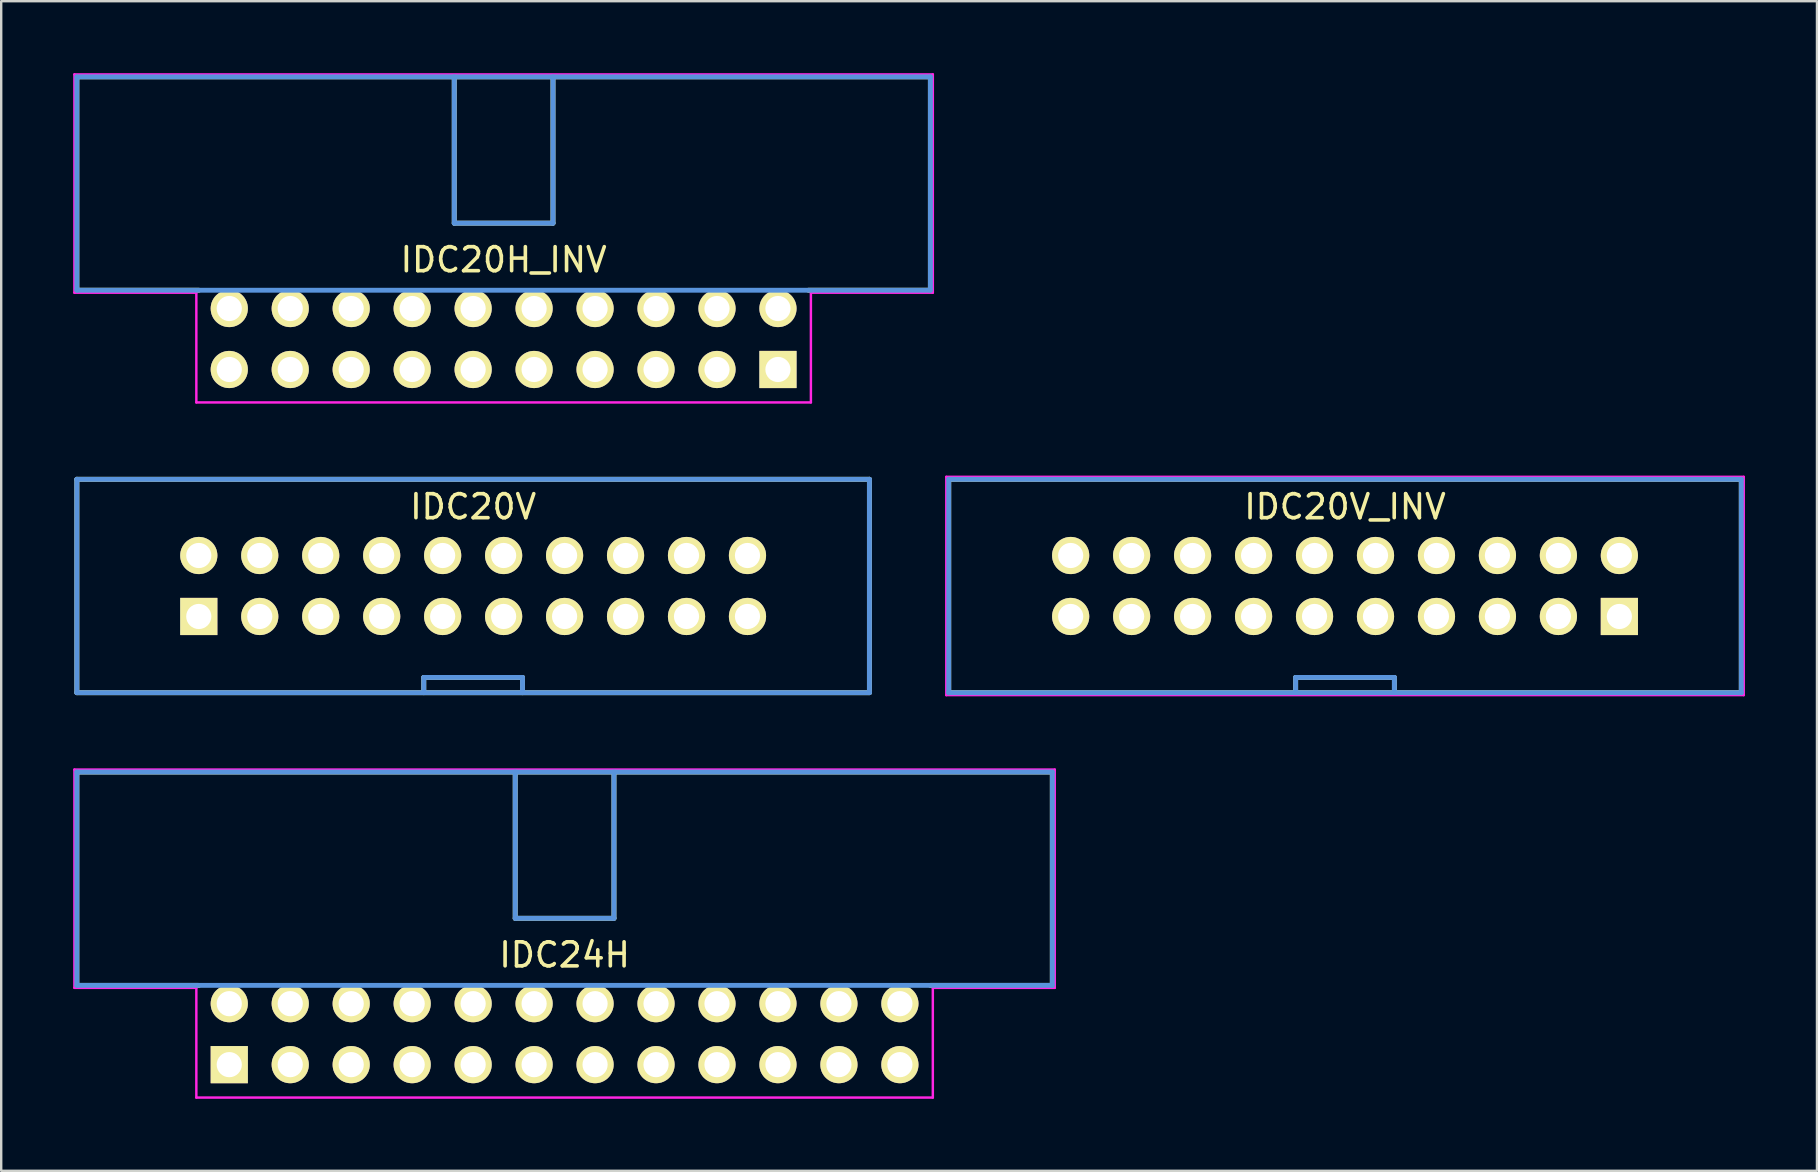
<source format=kicad_pcb>
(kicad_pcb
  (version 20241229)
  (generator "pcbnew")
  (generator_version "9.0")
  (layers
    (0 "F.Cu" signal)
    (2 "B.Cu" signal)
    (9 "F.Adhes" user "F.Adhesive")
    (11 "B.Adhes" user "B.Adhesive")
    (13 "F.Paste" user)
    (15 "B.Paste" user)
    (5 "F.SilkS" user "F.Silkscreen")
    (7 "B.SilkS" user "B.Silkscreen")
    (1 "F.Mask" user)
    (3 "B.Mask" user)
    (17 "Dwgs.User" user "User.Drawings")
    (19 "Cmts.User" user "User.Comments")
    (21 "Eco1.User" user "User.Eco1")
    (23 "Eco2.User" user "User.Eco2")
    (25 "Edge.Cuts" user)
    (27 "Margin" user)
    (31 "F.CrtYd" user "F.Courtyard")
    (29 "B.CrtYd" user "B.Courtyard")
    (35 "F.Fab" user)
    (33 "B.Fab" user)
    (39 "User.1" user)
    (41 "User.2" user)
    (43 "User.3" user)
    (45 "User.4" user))
  (footprint "IDC24H"
    (layer "F.Cu")
    (at 6.502 41.306)
    (property "Reference" "IDC24H" (at 13.97 -4.572 0) (layer "F.SilkS") (effects (font (size 1.001 1.001) (thickness 0.15))))
    (attr through_hole)
    (fp_line (start -6.35 -12.192) (end 34.29 -12.192) (stroke (width 0.203) (type solid)) (layer "F.SilkS"))
    (fp_line (start -6.35 -3.302) (end -6.35 -12.192) (stroke (width 0.203) (type solid)) (layer "F.SilkS"))
    (fp_line (start -6.35 -3.302) (end -1.27 -3.302) (stroke (width 0.203) (type solid)) (layer "F.SilkS"))
    (fp_line (start 11.913 -12.192) (end 11.913 -6.096) (stroke (width 0.203) (type solid)) (layer "F.SilkS"))
    (fp_line (start 11.913 -6.096) (end 16.027 -6.096) (stroke (width 0.203) (type solid)) (layer "F.SilkS"))
    (fp_line (start 16.027 -12.192) (end 16.027 -6.096) (stroke (width 0.203) (type solid)) (layer "F.SilkS"))
    (fp_line (start 34.29 -12.192) (end 34.29 -3.302) (stroke (width 0.203) (type solid)) (layer "F.SilkS"))
    (fp_line (start 34.29 -3.302) (end 29.21 -3.302) (stroke (width 0.203) (type solid)) (layer "F.SilkS"))
    (fp_line (start -6.35 -12.192) (end -6.35 -3.302) (stroke (width 0.203) (type solid)) (layer "Cmts.User"))
    (fp_line (start -6.35 -3.302) (end 34.29 -3.302) (stroke (width 0.203) (type solid)) (layer "Cmts.User"))
    (fp_line (start 11.913 -12.192) (end 11.913 -6.096) (stroke (width 0.203) (type solid)) (layer "Cmts.User"))
    (fp_line (start 11.913 -6.096) (end 16.027 -6.096) (stroke (width 0.203) (type solid)) (layer "Cmts.User"))
    (fp_line (start 16.027 -12.192) (end 16.027 -6.096) (stroke (width 0.203) (type solid)) (layer "Cmts.User"))
    (fp_line (start 34.29 -12.192) (end -6.35 -12.192) (stroke (width 0.203) (type solid)) (layer "Cmts.User"))
    (fp_line (start 34.29 -3.302) (end 34.29 -12.192) (stroke (width 0.203) (type solid)) (layer "Cmts.User"))
    (fp_line (start -6.452 -12.294) (end -6.452 -3.2) (stroke (width 0.102) (type solid)) (layer "F.CrtYd"))
    (fp_line (start -6.452 -3.2) (end -1.372 -3.2) (stroke (width 0.102) (type solid)) (layer "F.CrtYd"))
    (fp_line (start -1.372 -3.2) (end -1.372 1.372) (stroke (width 0.102) (type solid)) (layer "F.CrtYd"))
    (fp_line (start -1.372 1.372) (end 29.312 1.372) (stroke (width 0.102) (type solid)) (layer "F.CrtYd"))
    (fp_line (start 29.312 -3.2) (end 34.392 -3.2) (stroke (width 0.102) (type solid)) (layer "F.CrtYd"))
    (fp_line (start 29.312 1.372) (end 29.312 -3.2) (stroke (width 0.102) (type solid)) (layer "F.CrtYd"))
    (fp_line (start 34.392 -12.294) (end -6.452 -12.294) (stroke (width 0.102) (type solid)) (layer "F.CrtYd"))
    (fp_line (start 34.392 -3.2) (end 34.392 -12.294) (stroke (width 0.102) (type solid)) (layer "F.CrtYd"))
    (pad "1" thru_hole rect (at 0 0) (size 1.549 1.549) (drill 1.049) (layers "*.Cu" "*.Mask" "F.SilkS"))
    (pad "2" thru_hole circle (at 0 -2.54) (size 1.549 1.549) (drill 1.049) (layers "*.Cu" "*.Mask" "F.SilkS"))
    (pad "3" thru_hole circle (at 2.54 0) (size 1.549 1.549) (drill 1.049) (layers "*.Cu" "*.Mask" "F.SilkS"))
    (pad "4" thru_hole circle (at 2.54 -2.54) (size 1.549 1.549) (drill 1.049) (layers "*.Cu" "*.Mask" "F.SilkS"))
    (pad "5" thru_hole circle (at 5.08 0) (size 1.549 1.549) (drill 1.049) (layers "*.Cu" "*.Mask" "F.SilkS"))
    (pad "6" thru_hole circle (at 5.08 -2.54) (size 1.549 1.549) (drill 1.049) (layers "*.Cu" "*.Mask" "F.SilkS"))
    (pad "7" thru_hole circle (at 7.62 0) (size 1.549 1.549) (drill 1.049) (layers "*.Cu" "*.Mask" "F.SilkS"))
    (pad "8" thru_hole circle (at 7.62 -2.54) (size 1.549 1.549) (drill 1.049) (layers "*.Cu" "*.Mask" "F.SilkS"))
    (pad "9" thru_hole circle (at 10.16 0) (size 1.549 1.549) (drill 1.049) (layers "*.Cu" "*.Mask" "F.SilkS"))
    (pad "10" thru_hole circle (at 10.16 -2.54) (size 1.549 1.549) (drill 1.049) (layers "*.Cu" "*.Mask" "F.SilkS"))
    (pad "11" thru_hole circle (at 12.7 0) (size 1.549 1.549) (drill 1.049) (layers "*.Cu" "*.Mask" "F.SilkS"))
    (pad "12" thru_hole circle (at 12.7 -2.54) (size 1.549 1.549) (drill 1.049) (layers "*.Cu" "*.Mask" "F.SilkS"))
    (pad "13" thru_hole circle (at 15.24 0) (size 1.549 1.549) (drill 1.049) (layers "*.Cu" "*.Mask" "F.SilkS"))
    (pad "14" thru_hole circle (at 15.24 -2.54) (size 1.549 1.549) (drill 1.049) (layers "*.Cu" "*.Mask" "F.SilkS"))
    (pad "15" thru_hole circle (at 17.78 0) (size 1.549 1.549) (drill 1.049) (layers "*.Cu" "*.Mask" "F.SilkS"))
    (pad "16" thru_hole circle (at 17.78 -2.54) (size 1.549 1.549) (drill 1.049) (layers "*.Cu" "*.Mask" "F.SilkS"))
    (pad "17" thru_hole circle (at 20.32 0) (size 1.549 1.549) (drill 1.049) (layers "*.Cu" "*.Mask" "F.SilkS"))
    (pad "18" thru_hole circle (at 20.32 -2.54) (size 1.549 1.549) (drill 1.049) (layers "*.Cu" "*.Mask" "F.SilkS"))
    (pad "19" thru_hole circle (at 22.86 0) (size 1.549 1.549) (drill 1.049) (layers "*.Cu" "*.Mask" "F.SilkS"))
    (pad "20" thru_hole circle (at 22.86 -2.54) (size 1.549 1.549) (drill 1.049) (layers "*.Cu" "*.Mask" "F.SilkS"))
    (pad "21" thru_hole circle (at 25.4 0) (size 1.549 1.549) (drill 1.049) (layers "*.Cu" "*.Mask" "F.SilkS"))
    (pad "22" thru_hole circle (at 25.4 -2.54) (size 1.549 1.549) (drill 1.049) (layers "*.Cu" "*.Mask" "F.SilkS"))
    (pad "23" thru_hole circle (at 27.94 0) (size 1.549 1.549) (drill 1.049) (layers "*.Cu" "*.Mask" "F.SilkS"))
    (pad "24" thru_hole circle (at 27.94 -2.54) (size 1.549 1.549) (drill 1.049) (layers "*.Cu" "*.Mask" "F.SilkS")))
  (footprint "IDC20V"
    (layer "F.Cu")
    (at 5.232 22.634)
    (property "Reference" "IDC20V" (at 11.43 -4.572 0) (layer "F.SilkS") (effects (font (size 1.001 1.001) (thickness 0.15))))
    (attr through_hole)
    (fp_line (start -5.08 -5.715) (end 27.94 -5.715) (stroke (width 0.203) (type solid)) (layer "F.SilkS"))
    (fp_line (start -5.08 3.175) (end -5.08 -5.715) (stroke (width 0.203) (type solid)) (layer "F.SilkS"))
    (fp_line (start 9.373 2.54) (end 13.487 2.54) (stroke (width 0.203) (type solid)) (layer "F.SilkS"))
    (fp_line (start 9.373 3.175) (end 9.373 2.54) (stroke (width 0.203) (type solid)) (layer "F.SilkS"))
    (fp_line (start 13.487 3.175) (end 13.487 2.54) (stroke (width 0.203) (type solid)) (layer "F.SilkS"))
    (fp_line (start 27.94 -5.715) (end 27.94 3.175) (stroke (width 0.203) (type solid)) (layer "F.SilkS"))
    (fp_line (start 27.94 3.175) (end -5.08 3.175) (stroke (width 0.203) (type solid)) (layer "F.SilkS"))
    (fp_line (start -5.08 -5.715) (end 27.94 -5.715) (stroke (width 0.203) (type solid)) (layer "Cmts.User"))
    (fp_line (start -5.08 3.175) (end -5.08 -5.715) (stroke (width 0.203) (type solid)) (layer "Cmts.User"))
    (fp_line (start 9.373 2.54) (end 13.487 2.54) (stroke (width 0.203) (type solid)) (layer "Cmts.User"))
    (fp_line (start 9.373 3.175) (end 9.373 2.54) (stroke (width 0.203) (type solid)) (layer "Cmts.User"))
    (fp_line (start 13.487 3.175) (end 13.487 2.54) (stroke (width 0.203) (type solid)) (layer "Cmts.User"))
    (fp_line (start 27.94 -5.715) (end 27.94 3.175) (stroke (width 0.203) (type solid)) (layer "Cmts.User"))
    (fp_line (start 27.94 3.175) (end -5.08 3.175) (stroke (width 0.203) (type solid)) (layer "Cmts.User"))
    (fp_line (start -5.182 -5.817) (end 28.042 -5.817) (stroke (width 0.102) (type solid)) (layer "Eco1.User"))
    (fp_line (start -5.182 3.277) (end -5.182 -5.817) (stroke (width 0.102) (type solid)) (layer "Eco1.User"))
    (fp_line (start 28.042 -5.817) (end 28.042 3.277) (stroke (width 0.102) (type solid)) (layer "Eco1.User"))
    (fp_line (start 28.042 3.277) (end -5.182 3.277) (stroke (width 0.102) (type solid)) (layer "Eco1.User"))
    (pad "1" thru_hole rect (at 0 0) (size 1.549 1.549) (drill 1.049) (layers "*.Cu" "*.Mask" "F.SilkS"))
    (pad "2" thru_hole circle (at 0 -2.54) (size 1.549 1.549) (drill 1.049) (layers "*.Cu" "*.Mask" "F.SilkS"))
    (pad "3" thru_hole circle (at 2.54 0) (size 1.549 1.549) (drill 1.049) (layers "*.Cu" "*.Mask" "F.SilkS"))
    (pad "4" thru_hole circle (at 2.54 -2.54) (size 1.549 1.549) (drill 1.049) (layers "*.Cu" "*.Mask" "F.SilkS"))
    (pad "5" thru_hole circle (at 5.08 0) (size 1.549 1.549) (drill 1.049) (layers "*.Cu" "*.Mask" "F.SilkS"))
    (pad "6" thru_hole circle (at 5.08 -2.54) (size 1.549 1.549) (drill 1.049) (layers "*.Cu" "*.Mask" "F.SilkS"))
    (pad "7" thru_hole circle (at 7.62 0) (size 1.549 1.549) (drill 1.049) (layers "*.Cu" "*.Mask" "F.SilkS"))
    (pad "8" thru_hole circle (at 7.62 -2.54) (size 1.549 1.549) (drill 1.049) (layers "*.Cu" "*.Mask" "F.SilkS"))
    (pad "9" thru_hole circle (at 10.16 0) (size 1.549 1.549) (drill 1.049) (layers "*.Cu" "*.Mask" "F.SilkS"))
    (pad "10" thru_hole circle (at 10.16 -2.54) (size 1.549 1.549) (drill 1.049) (layers "*.Cu" "*.Mask" "F.SilkS"))
    (pad "11" thru_hole circle (at 12.7 0) (size 1.549 1.549) (drill 1.049) (layers "*.Cu" "*.Mask" "F.SilkS"))
    (pad "12" thru_hole circle (at 12.7 -2.54) (size 1.549 1.549) (drill 1.049) (layers "*.Cu" "*.Mask" "F.SilkS"))
    (pad "13" thru_hole circle (at 15.24 0) (size 1.549 1.549) (drill 1.049) (layers "*.Cu" "*.Mask" "F.SilkS"))
    (pad "14" thru_hole circle (at 15.24 -2.54) (size 1.549 1.549) (drill 1.049) (layers "*.Cu" "*.Mask" "F.SilkS"))
    (pad "15" thru_hole circle (at 17.78 0) (size 1.549 1.549) (drill 1.049) (layers "*.Cu" "*.Mask" "F.SilkS"))
    (pad "16" thru_hole circle (at 17.78 -2.54) (size 1.549 1.549) (drill 1.049) (layers "*.Cu" "*.Mask" "F.SilkS"))
    (pad "17" thru_hole circle (at 20.32 0) (size 1.549 1.549) (drill 1.049) (layers "*.Cu" "*.Mask" "F.SilkS"))
    (pad "18" thru_hole circle (at 20.32 -2.54) (size 1.549 1.549) (drill 1.049) (layers "*.Cu" "*.Mask" "F.SilkS"))
    (pad "19" thru_hole circle (at 22.86 0) (size 1.549 1.549) (drill 1.049) (layers "*.Cu" "*.Mask" "F.SilkS"))
    (pad "20" thru_hole circle (at 22.86 -2.54) (size 1.549 1.549) (drill 1.049) (layers "*.Cu" "*.Mask" "F.SilkS")))
  (footprint "IDC20H_INV"
    (layer "F.Cu")
    (at 6.502 12.344)
    (property "Reference" "IDC20H_INV" (at 11.43 -4.572 0) (layer "F.SilkS") (effects (font (size 1.001 1.001) (thickness 0.15))))
    (attr through_hole)
    (fp_line (start -6.35 -12.192) (end 29.21 -12.192) (stroke (width 0.203) (type solid)) (layer "F.SilkS"))
    (fp_line (start -6.35 -3.302) (end -6.35 -12.192) (stroke (width 0.203) (type solid)) (layer "F.SilkS"))
    (fp_line (start -6.35 -3.302) (end -1.27 -3.302) (stroke (width 0.203) (type solid)) (layer "F.SilkS"))
    (fp_line (start 9.373 -12.192) (end 9.373 -6.096) (stroke (width 0.203) (type solid)) (layer "F.SilkS"))
    (fp_line (start 9.373 -6.096) (end 13.487 -6.096) (stroke (width 0.203) (type solid)) (layer "F.SilkS"))
    (fp_line (start 13.487 -12.192) (end 13.487 -6.096) (stroke (width 0.203) (type solid)) (layer "F.SilkS"))
    (fp_line (start 29.21 -12.192) (end 29.21 -3.302) (stroke (width 0.203) (type solid)) (layer "F.SilkS"))
    (fp_line (start 29.21 -3.302) (end 24.13 -3.302) (stroke (width 0.203) (type solid)) (layer "F.SilkS"))
    (fp_line (start -6.35 -12.192) (end -6.35 -3.302) (stroke (width 0.203) (type solid)) (layer "Cmts.User"))
    (fp_line (start -6.35 -3.302) (end 29.21 -3.302) (stroke (width 0.203) (type solid)) (layer "Cmts.User"))
    (fp_line (start 9.373 -12.192) (end 9.373 -6.096) (stroke (width 0.203) (type solid)) (layer "Cmts.User"))
    (fp_line (start 9.373 -6.096) (end 13.487 -6.096) (stroke (width 0.203) (type solid)) (layer "Cmts.User"))
    (fp_line (start 13.487 -12.192) (end 13.487 -6.096) (stroke (width 0.203) (type solid)) (layer "Cmts.User"))
    (fp_line (start 29.21 -12.192) (end -6.35 -12.192) (stroke (width 0.203) (type solid)) (layer "Cmts.User"))
    (fp_line (start 29.21 -3.302) (end 29.21 -12.192) (stroke (width 0.203) (type solid)) (layer "Cmts.User"))
    (fp_line (start -6.452 -12.294) (end -6.452 -3.2) (stroke (width 0.102) (type solid)) (layer "F.CrtYd"))
    (fp_line (start -6.452 -3.2) (end -1.372 -3.2) (stroke (width 0.102) (type solid)) (layer "F.CrtYd"))
    (fp_line (start -1.372 -3.2) (end -1.372 1.372) (stroke (width 0.102) (type solid)) (layer "F.CrtYd"))
    (fp_line (start -1.372 1.372) (end 24.232 1.372) (stroke (width 0.102) (type solid)) (layer "F.CrtYd"))
    (fp_line (start 24.232 -3.2) (end 29.312 -3.2) (stroke (width 0.102) (type solid)) (layer "F.CrtYd"))
    (fp_line (start 24.232 1.372) (end 24.232 -3.2) (stroke (width 0.102) (type solid)) (layer "F.CrtYd"))
    (fp_line (start 29.312 -12.294) (end -6.452 -12.294) (stroke (width 0.102) (type solid)) (layer "F.CrtYd"))
    (fp_line (start 29.312 -3.2) (end 29.312 -12.294) (stroke (width 0.102) (type solid)) (layer "F.CrtYd"))
    (pad "1" thru_hole rect (at 22.86 0) (size 1.549 1.549) (drill 1.049) (layers "*.Cu" "*.Mask" "F.SilkS"))
    (pad "2" thru_hole circle (at 22.86 -2.54) (size 1.549 1.549) (drill 1.049) (layers "*.Cu" "*.Mask" "F.SilkS"))
    (pad "3" thru_hole circle (at 20.32 0) (size 1.549 1.549) (drill 1.049) (layers "*.Cu" "*.Mask" "F.SilkS"))
    (pad "4" thru_hole circle (at 20.32 -2.54) (size 1.549 1.549) (drill 1.049) (layers "*.Cu" "*.Mask" "F.SilkS"))
    (pad "5" thru_hole circle (at 17.78 0) (size 1.549 1.549) (drill 1.049) (layers "*.Cu" "*.Mask" "F.SilkS"))
    (pad "6" thru_hole circle (at 17.78 -2.54) (size 1.549 1.549) (drill 1.049) (layers "*.Cu" "*.Mask" "F.SilkS"))
    (pad "7" thru_hole circle (at 15.24 0) (size 1.549 1.549) (drill 1.049) (layers "*.Cu" "*.Mask" "F.SilkS"))
    (pad "8" thru_hole circle (at 15.24 -2.54) (size 1.549 1.549) (drill 1.049) (layers "*.Cu" "*.Mask" "F.SilkS"))
    (pad "9" thru_hole circle (at 12.7 0) (size 1.549 1.549) (drill 1.049) (layers "*.Cu" "*.Mask" "F.SilkS"))
    (pad "10" thru_hole circle (at 12.7 -2.54) (size 1.549 1.549) (drill 1.049) (layers "*.Cu" "*.Mask" "F.SilkS"))
    (pad "11" thru_hole circle (at 10.16 0) (size 1.549 1.549) (drill 1.049) (layers "*.Cu" "*.Mask" "F.SilkS"))
    (pad "12" thru_hole circle (at 10.16 -2.54) (size 1.549 1.549) (drill 1.049) (layers "*.Cu" "*.Mask" "F.SilkS"))
    (pad "13" thru_hole circle (at 7.62 0) (size 1.549 1.549) (drill 1.049) (layers "*.Cu" "*.Mask" "F.SilkS"))
    (pad "14" thru_hole circle (at 7.62 -2.54) (size 1.549 1.549) (drill 1.049) (layers "*.Cu" "*.Mask" "F.SilkS"))
    (pad "15" thru_hole circle (at 5.08 0) (size 1.549 1.549) (drill 1.049) (layers "*.Cu" "*.Mask" "F.SilkS"))
    (pad "16" thru_hole circle (at 5.08 -2.54) (size 1.549 1.549) (drill 1.049) (layers "*.Cu" "*.Mask" "F.SilkS"))
    (pad "17" thru_hole circle (at 2.54 0) (size 1.549 1.549) (drill 1.049) (layers "*.Cu" "*.Mask" "F.SilkS"))
    (pad "18" thru_hole circle (at 2.54 -2.54) (size 1.549 1.549) (drill 1.049) (layers "*.Cu" "*.Mask" "F.SilkS"))
    (pad "19" thru_hole circle (at 0 0) (size 1.549 1.549) (drill 1.049) (layers "*.Cu" "*.Mask" "F.SilkS"))
    (pad "20" thru_hole circle (at 0 -2.54) (size 1.549 1.549) (drill 1.049) (layers "*.Cu" "*.Mask" "F.SilkS")))
  (footprint "IDC20V_INV"
    (layer "F.Cu")
    (at 41.557 22.634)
    (property "Reference" "IDC20V_INV" (at 11.43 -4.572 0) (layer "F.SilkS") (effects (font (size 1.001 1.001) (thickness 0.15))))
    (attr through_hole)
    (fp_line (start -5.08 -5.715) (end 27.94 -5.715) (stroke (width 0.203) (type solid)) (layer "F.SilkS"))
    (fp_line (start -5.08 3.175) (end -5.08 -5.715) (stroke (width 0.203) (type solid)) (layer "F.SilkS"))
    (fp_line (start 9.373 2.54) (end 13.487 2.54) (stroke (width 0.203) (type solid)) (layer "F.SilkS"))
    (fp_line (start 9.373 3.175) (end 9.373 2.54) (stroke (width 0.203) (type solid)) (layer "F.SilkS"))
    (fp_line (start 13.487 3.175) (end 13.487 2.54) (stroke (width 0.203) (type solid)) (layer "F.SilkS"))
    (fp_line (start 27.94 -5.715) (end 27.94 3.175) (stroke (width 0.203) (type solid)) (layer "F.SilkS"))
    (fp_line (start 27.94 3.175) (end -5.08 3.175) (stroke (width 0.203) (type solid)) (layer "F.SilkS"))
    (fp_line (start -5.08 -5.715) (end 27.94 -5.715) (stroke (width 0.203) (type solid)) (layer "Cmts.User"))
    (fp_line (start -5.08 3.175) (end -5.08 -5.715) (stroke (width 0.203) (type solid)) (layer "Cmts.User"))
    (fp_line (start 9.373 2.54) (end 13.487 2.54) (stroke (width 0.203) (type solid)) (layer "Cmts.User"))
    (fp_line (start 9.373 3.175) (end 9.373 2.54) (stroke (width 0.203) (type solid)) (layer "Cmts.User"))
    (fp_line (start 13.487 3.175) (end 13.487 2.54) (stroke (width 0.203) (type solid)) (layer "Cmts.User"))
    (fp_line (start 27.94 -5.715) (end 27.94 3.175) (stroke (width 0.203) (type solid)) (layer "Cmts.User"))
    (fp_line (start 27.94 3.175) (end -5.08 3.175) (stroke (width 0.203) (type solid)) (layer "Cmts.User"))
    (fp_line (start -5.182 -5.817) (end 28.042 -5.817) (stroke (width 0.102) (type solid)) (layer "F.CrtYd"))
    (fp_line (start -5.182 3.277) (end -5.182 -5.817) (stroke (width 0.102) (type solid)) (layer "F.CrtYd"))
    (fp_line (start 28.042 -5.817) (end 28.042 3.277) (stroke (width 0.102) (type solid)) (layer "F.CrtYd"))
    (fp_line (start 28.042 3.277) (end -5.182 3.277) (stroke (width 0.102) (type solid)) (layer "F.CrtYd"))
    (pad "1" thru_hole rect (at 22.86 0) (size 1.549 1.549) (drill 1.049) (layers "*.Cu" "*.Mask" "F.SilkS"))
    (pad "2" thru_hole circle (at 22.86 -2.54) (size 1.549 1.549) (drill 1.049) (layers "*.Cu" "*.Mask" "F.SilkS"))
    (pad "3" thru_hole circle (at 20.32 0) (size 1.549 1.549) (drill 1.049) (layers "*.Cu" "*.Mask" "F.SilkS"))
    (pad "4" thru_hole circle (at 20.32 -2.54) (size 1.549 1.549) (drill 1.049) (layers "*.Cu" "*.Mask" "F.SilkS"))
    (pad "5" thru_hole circle (at 17.78 0) (size 1.549 1.549) (drill 1.049) (layers "*.Cu" "*.Mask" "F.SilkS"))
    (pad "6" thru_hole circle (at 17.78 -2.54) (size 1.549 1.549) (drill 1.049) (layers "*.Cu" "*.Mask" "F.SilkS"))
    (pad "7" thru_hole circle (at 15.24 0) (size 1.549 1.549) (drill 1.049) (layers "*.Cu" "*.Mask" "F.SilkS"))
    (pad "8" thru_hole circle (at 15.24 -2.54) (size 1.549 1.549) (drill 1.049) (layers "*.Cu" "*.Mask" "F.SilkS"))
    (pad "9" thru_hole circle (at 12.7 0) (size 1.549 1.549) (drill 1.049) (layers "*.Cu" "*.Mask" "F.SilkS"))
    (pad "10" thru_hole circle (at 12.7 -2.54) (size 1.549 1.549) (drill 1.049) (layers "*.Cu" "*.Mask" "F.SilkS"))
    (pad "11" thru_hole circle (at 10.16 0) (size 1.549 1.549) (drill 1.049) (layers "*.Cu" "*.Mask" "F.SilkS"))
    (pad "12" thru_hole circle (at 10.16 -2.54) (size 1.549 1.549) (drill 1.049) (layers "*.Cu" "*.Mask" "F.SilkS"))
    (pad "13" thru_hole circle (at 7.62 0) (size 1.549 1.549) (drill 1.049) (layers "*.Cu" "*.Mask" "F.SilkS"))
    (pad "14" thru_hole circle (at 7.62 -2.54) (size 1.549 1.549) (drill 1.049) (layers "*.Cu" "*.Mask" "F.SilkS"))
    (pad "15" thru_hole circle (at 5.08 0) (size 1.549 1.549) (drill 1.049) (layers "*.Cu" "*.Mask" "F.SilkS"))
    (pad "16" thru_hole circle (at 5.08 -2.54) (size 1.549 1.549) (drill 1.049) (layers "*.Cu" "*.Mask" "F.SilkS"))
    (pad "17" thru_hole circle (at 2.54 0) (size 1.549 1.549) (drill 1.049) (layers "*.Cu" "*.Mask" "F.SilkS"))
    (pad "18" thru_hole circle (at 2.54 -2.54) (size 1.549 1.549) (drill 1.049) (layers "*.Cu" "*.Mask" "F.SilkS"))
    (pad "19" thru_hole circle (at 0 0) (size 1.549 1.549) (drill 1.049) (layers "*.Cu" "*.Mask" "F.SilkS"))
    (pad "20" thru_hole circle (at 0 -2.54) (size 1.549 1.549) (drill 1.049) (layers "*.Cu" "*.Mask" "F.SilkS")))
  (gr_rect
    (start -3 -3)
    (end 72.65 45.728)
    (stroke (width 0.1) (type default))
    (fill no)
    (layer "Edge.Cuts")))
</source>
